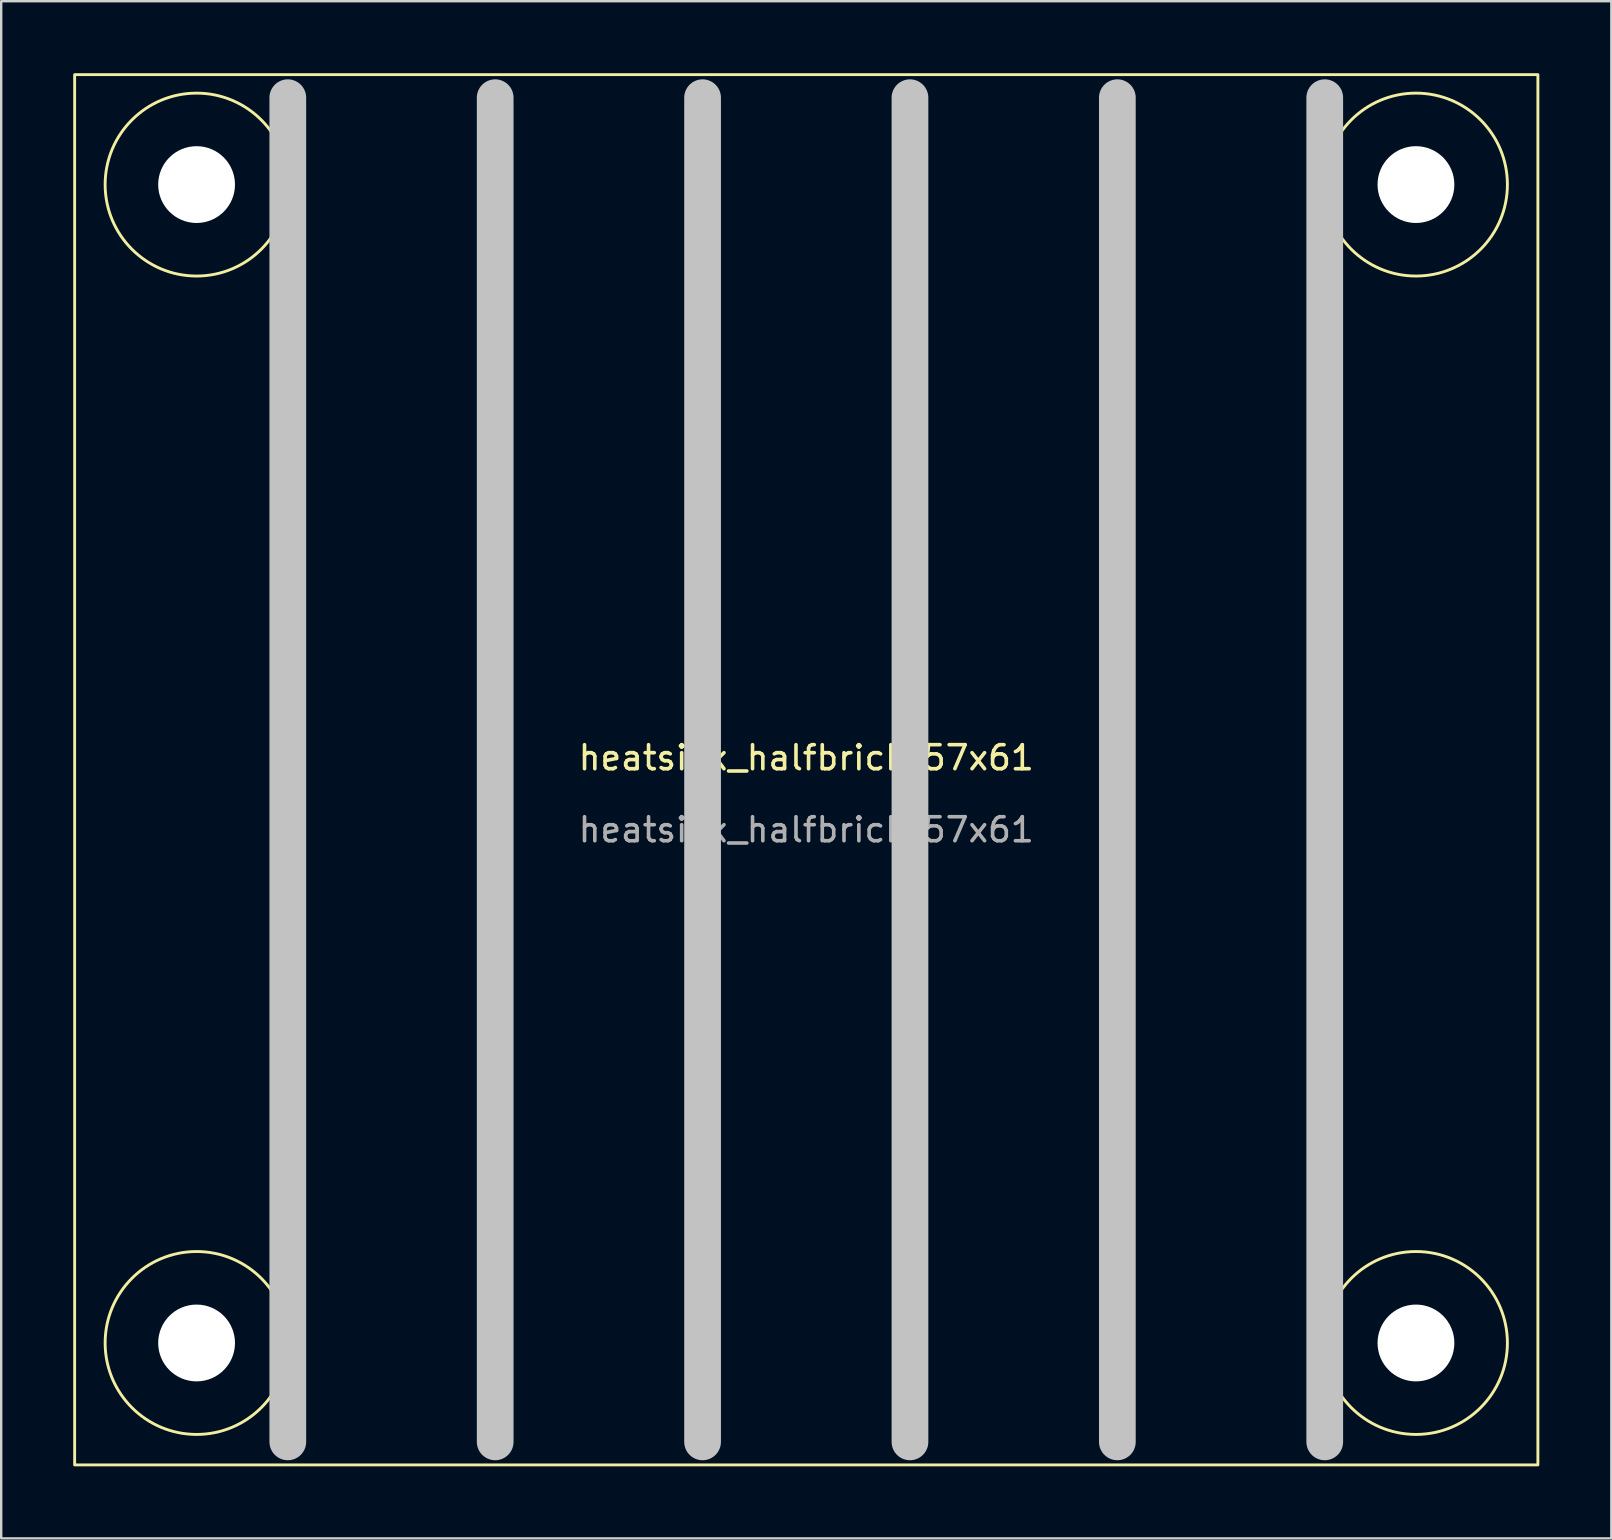
<source format=kicad_pcb>
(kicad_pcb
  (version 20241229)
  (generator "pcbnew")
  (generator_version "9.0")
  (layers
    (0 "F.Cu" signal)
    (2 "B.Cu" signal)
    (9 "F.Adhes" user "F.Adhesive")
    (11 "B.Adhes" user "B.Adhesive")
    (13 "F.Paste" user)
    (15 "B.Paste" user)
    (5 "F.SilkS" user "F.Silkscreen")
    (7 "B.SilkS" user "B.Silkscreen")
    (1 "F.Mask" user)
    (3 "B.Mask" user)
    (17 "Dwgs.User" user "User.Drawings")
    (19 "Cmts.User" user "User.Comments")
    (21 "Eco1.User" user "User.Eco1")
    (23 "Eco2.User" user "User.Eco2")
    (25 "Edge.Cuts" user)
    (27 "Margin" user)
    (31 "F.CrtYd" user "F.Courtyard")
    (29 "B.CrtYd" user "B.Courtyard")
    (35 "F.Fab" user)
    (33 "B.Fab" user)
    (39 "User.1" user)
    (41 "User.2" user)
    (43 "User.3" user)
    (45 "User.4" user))
  (footprint "heatsink_halfbrick_57x61"
    (layer "F.Cu")
    (at 30.54 29.02)
    (property "Reference" "heatsink_halfbrick_57x61" (at 0 -0.5 0) (unlocked yes) (layer "F.SilkS") (effects (font (size 1 1) (thickness 0.15))))
    (attr through_hole)
    (fp_rect (start -30.48 -28.96) (end 30.48 28.96) (stroke (width 0.12) (type solid)) (fill no) (layer "F.SilkS"))
    (fp_circle (center -25.4 -24.38) (end -21.59 -24.38) (stroke (width 0.12) (type solid)) (fill no) (layer "F.SilkS"))
    (fp_circle (center -25.4 23.88) (end -21.59 23.88) (stroke (width 0.12) (type solid)) (fill no) (layer "F.SilkS"))
    (fp_circle (center 25.4 -24.38) (end 29.21 -24.38) (stroke (width 0.12) (type solid)) (fill no) (layer "F.SilkS"))
    (fp_circle (center 25.4 23.88) (end 29.21 23.88) (stroke (width 0.12) (type solid)) (fill no) (layer "F.SilkS"))
    (fp_line (start -21.6 -28) (end -21.6 28) (stroke (width 1.53) (type solid)) (layer "Dwgs.User"))
    (fp_line (start -12.96 -28) (end -12.96 28) (stroke (width 1.53) (type solid)) (layer "Dwgs.User"))
    (fp_line (start -4.32 -28) (end -4.32 28) (stroke (width 1.53) (type solid)) (layer "Dwgs.User"))
    (fp_line (start 4.32 -28) (end 4.32 28) (stroke (width 1.53) (type solid)) (layer "Dwgs.User"))
    (fp_line (start 12.96 -28) (end 12.96 28) (stroke (width 1.53) (type solid)) (layer "Dwgs.User"))
    (fp_line (start 21.6 -28) (end 21.6 28) (stroke (width 1.53) (type solid)) (layer "Dwgs.User"))
    (fp_text user "${REFERENCE}" (at 0 2.5 0) (unlocked yes) (layer "F.Fab") (effects (font (size 1 1) (thickness 0.15))))
    (pad "" np_thru_hole circle (at -25.4 -24.38) (size 3.2 3.2) (drill 3.2) (layers "*.Cu" "*.Mask"))
    (pad "" np_thru_hole circle (at -25.4 23.88) (size 3.2 3.2) (drill 3.2) (layers "*.Cu" "*.Mask"))
    (pad "" np_thru_hole circle (at 25.4 -24.38) (size 3.2 3.2) (drill 3.2) (layers "*.Cu" "*.Mask"))
    (pad "" np_thru_hole circle (at 25.4 23.88) (size 3.2 3.2) (drill 3.2) (layers "*.Cu" "*.Mask")))
  (gr_rect
    (start -3 -3)
    (end 64.08 61.04)
    (stroke (width 0.1) (type default))
    (fill no)
    (layer "Edge.Cuts")))
</source>
